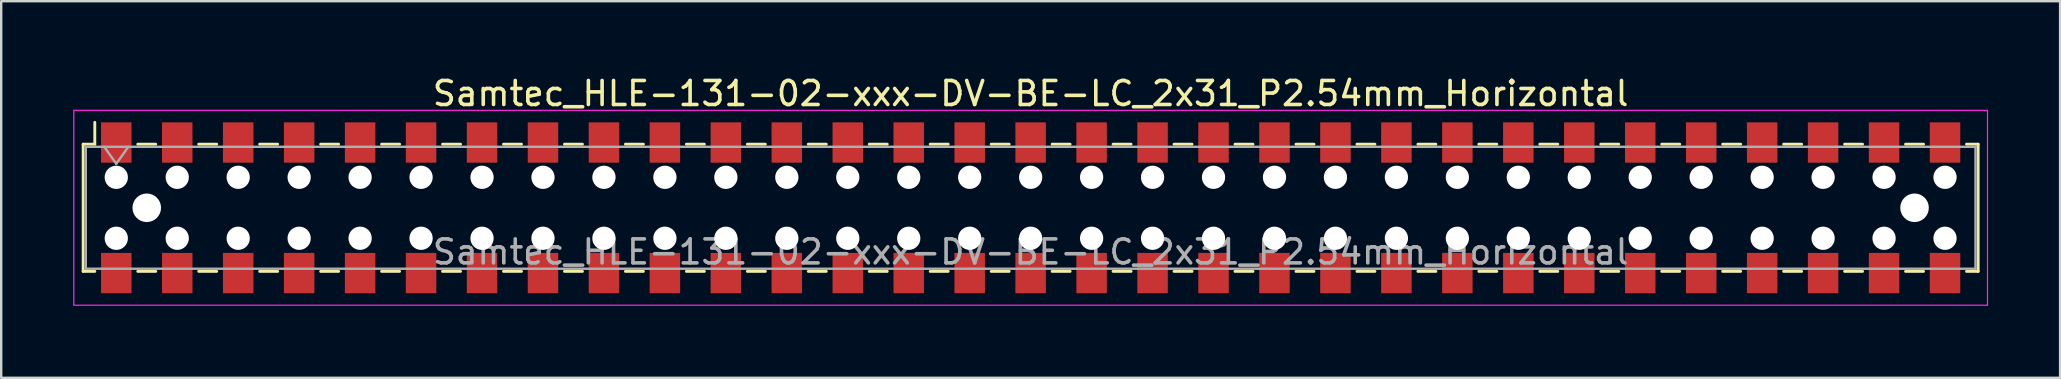
<source format=kicad_pcb>
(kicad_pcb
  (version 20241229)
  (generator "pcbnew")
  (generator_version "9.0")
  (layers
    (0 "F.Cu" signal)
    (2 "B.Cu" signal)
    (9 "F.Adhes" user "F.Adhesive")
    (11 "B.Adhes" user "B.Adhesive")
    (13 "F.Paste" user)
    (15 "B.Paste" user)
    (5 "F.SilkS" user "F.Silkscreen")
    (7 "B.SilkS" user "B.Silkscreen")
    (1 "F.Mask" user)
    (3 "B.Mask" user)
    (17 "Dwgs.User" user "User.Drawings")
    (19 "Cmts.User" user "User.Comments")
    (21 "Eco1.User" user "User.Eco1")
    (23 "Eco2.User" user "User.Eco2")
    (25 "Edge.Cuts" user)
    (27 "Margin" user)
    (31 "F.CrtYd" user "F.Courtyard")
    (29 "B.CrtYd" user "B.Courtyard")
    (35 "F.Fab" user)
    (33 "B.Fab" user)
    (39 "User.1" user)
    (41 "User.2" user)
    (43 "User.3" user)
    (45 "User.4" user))
  (footprint "Samtec_HLE-131-02-xxx-DV-BE-LC_2x31_P2.54mm_Horizontal"
    (layer "F.Cu")
    (at 39.895 5.608)
    (property "Reference" "Samtec_HLE-131-02-xxx-DV-BE-LC_2x31_P2.54mm_Horizontal" (at 0 -4.76 0) (layer "F.SilkS") (effects (font (size 1 1) (thickness 0.15))))
    (attr smd)
    (fp_line (start -39.48 -2.65) (end -39.48 2.65) (stroke (width 0.12) (type solid)) (layer "F.SilkS"))
    (fp_line (start -39.48 2.65) (end -38.995 2.65) (stroke (width 0.12) (type solid)) (layer "F.SilkS"))
    (fp_line (start -38.995 -3.56) (end -38.995 -2.65) (stroke (width 0.12) (type solid)) (layer "F.SilkS"))
    (fp_line (start -38.995 -2.65) (end -39.48 -2.65) (stroke (width 0.12) (type solid)) (layer "F.SilkS"))
    (fp_line (start -37.205 -2.65) (end -36.455 -2.65) (stroke (width 0.12) (type solid)) (layer "F.SilkS"))
    (fp_line (start -37.205 2.65) (end -36.455 2.65) (stroke (width 0.12) (type solid)) (layer "F.SilkS"))
    (fp_line (start -34.665 -2.65) (end -33.915 -2.65) (stroke (width 0.12) (type solid)) (layer "F.SilkS"))
    (fp_line (start -34.665 2.65) (end -33.915 2.65) (stroke (width 0.12) (type solid)) (layer "F.SilkS"))
    (fp_line (start -32.125 -2.65) (end -31.375 -2.65) (stroke (width 0.12) (type solid)) (layer "F.SilkS"))
    (fp_line (start -32.125 2.65) (end -31.375 2.65) (stroke (width 0.12) (type solid)) (layer "F.SilkS"))
    (fp_line (start -29.585 -2.65) (end -28.835 -2.65) (stroke (width 0.12) (type solid)) (layer "F.SilkS"))
    (fp_line (start -29.585 2.65) (end -28.835 2.65) (stroke (width 0.12) (type solid)) (layer "F.SilkS"))
    (fp_line (start -27.045 -2.65) (end -26.295 -2.65) (stroke (width 0.12) (type solid)) (layer "F.SilkS"))
    (fp_line (start -27.045 2.65) (end -26.295 2.65) (stroke (width 0.12) (type solid)) (layer "F.SilkS"))
    (fp_line (start -24.505 -2.65) (end -23.755 -2.65) (stroke (width 0.12) (type solid)) (layer "F.SilkS"))
    (fp_line (start -24.505 2.65) (end -23.755 2.65) (stroke (width 0.12) (type solid)) (layer "F.SilkS"))
    (fp_line (start -21.965 -2.65) (end -21.215 -2.65) (stroke (width 0.12) (type solid)) (layer "F.SilkS"))
    (fp_line (start -21.965 2.65) (end -21.215 2.65) (stroke (width 0.12) (type solid)) (layer "F.SilkS"))
    (fp_line (start -19.425 -2.65) (end -18.675 -2.65) (stroke (width 0.12) (type solid)) (layer "F.SilkS"))
    (fp_line (start -19.425 2.65) (end -18.675 2.65) (stroke (width 0.12) (type solid)) (layer "F.SilkS"))
    (fp_line (start -16.885 -2.65) (end -16.135 -2.65) (stroke (width 0.12) (type solid)) (layer "F.SilkS"))
    (fp_line (start -16.885 2.65) (end -16.135 2.65) (stroke (width 0.12) (type solid)) (layer "F.SilkS"))
    (fp_line (start -14.345 -2.65) (end -13.595 -2.65) (stroke (width 0.12) (type solid)) (layer "F.SilkS"))
    (fp_line (start -14.345 2.65) (end -13.595 2.65) (stroke (width 0.12) (type solid)) (layer "F.SilkS"))
    (fp_line (start -11.805 -2.65) (end -11.055 -2.65) (stroke (width 0.12) (type solid)) (layer "F.SilkS"))
    (fp_line (start -11.805 2.65) (end -11.055 2.65) (stroke (width 0.12) (type solid)) (layer "F.SilkS"))
    (fp_line (start -9.265 -2.65) (end -8.515 -2.65) (stroke (width 0.12) (type solid)) (layer "F.SilkS"))
    (fp_line (start -9.265 2.65) (end -8.515 2.65) (stroke (width 0.12) (type solid)) (layer "F.SilkS"))
    (fp_line (start -6.725 -2.65) (end -5.975 -2.65) (stroke (width 0.12) (type solid)) (layer "F.SilkS"))
    (fp_line (start -6.725 2.65) (end -5.975 2.65) (stroke (width 0.12) (type solid)) (layer "F.SilkS"))
    (fp_line (start -4.185 -2.65) (end -3.435 -2.65) (stroke (width 0.12) (type solid)) (layer "F.SilkS"))
    (fp_line (start -4.185 2.65) (end -3.435 2.65) (stroke (width 0.12) (type solid)) (layer "F.SilkS"))
    (fp_line (start -1.645 -2.65) (end -0.895 -2.65) (stroke (width 0.12) (type solid)) (layer "F.SilkS"))
    (fp_line (start -1.645 2.65) (end -0.895 2.65) (stroke (width 0.12) (type solid)) (layer "F.SilkS"))
    (fp_line (start 0.895 -2.65) (end 1.645 -2.65) (stroke (width 0.12) (type solid)) (layer "F.SilkS"))
    (fp_line (start 0.895 2.65) (end 1.645 2.65) (stroke (width 0.12) (type solid)) (layer "F.SilkS"))
    (fp_line (start 3.435 -2.65) (end 4.185 -2.65) (stroke (width 0.12) (type solid)) (layer "F.SilkS"))
    (fp_line (start 3.435 2.65) (end 4.185 2.65) (stroke (width 0.12) (type solid)) (layer "F.SilkS"))
    (fp_line (start 5.975 -2.65) (end 6.725 -2.65) (stroke (width 0.12) (type solid)) (layer "F.SilkS"))
    (fp_line (start 5.975 2.65) (end 6.725 2.65) (stroke (width 0.12) (type solid)) (layer "F.SilkS"))
    (fp_line (start 8.515 -2.65) (end 9.265 -2.65) (stroke (width 0.12) (type solid)) (layer "F.SilkS"))
    (fp_line (start 8.515 2.65) (end 9.265 2.65) (stroke (width 0.12) (type solid)) (layer "F.SilkS"))
    (fp_line (start 11.055 -2.65) (end 11.805 -2.65) (stroke (width 0.12) (type solid)) (layer "F.SilkS"))
    (fp_line (start 11.055 2.65) (end 11.805 2.65) (stroke (width 0.12) (type solid)) (layer "F.SilkS"))
    (fp_line (start 13.595 -2.65) (end 14.345 -2.65) (stroke (width 0.12) (type solid)) (layer "F.SilkS"))
    (fp_line (start 13.595 2.65) (end 14.345 2.65) (stroke (width 0.12) (type solid)) (layer "F.SilkS"))
    (fp_line (start 16.135 -2.65) (end 16.885 -2.65) (stroke (width 0.12) (type solid)) (layer "F.SilkS"))
    (fp_line (start 16.135 2.65) (end 16.885 2.65) (stroke (width 0.12) (type solid)) (layer "F.SilkS"))
    (fp_line (start 18.675 -2.65) (end 19.425 -2.65) (stroke (width 0.12) (type solid)) (layer "F.SilkS"))
    (fp_line (start 18.675 2.65) (end 19.425 2.65) (stroke (width 0.12) (type solid)) (layer "F.SilkS"))
    (fp_line (start 21.215 -2.65) (end 21.965 -2.65) (stroke (width 0.12) (type solid)) (layer "F.SilkS"))
    (fp_line (start 21.215 2.65) (end 21.965 2.65) (stroke (width 0.12) (type solid)) (layer "F.SilkS"))
    (fp_line (start 23.755 -2.65) (end 24.505 -2.65) (stroke (width 0.12) (type solid)) (layer "F.SilkS"))
    (fp_line (start 23.755 2.65) (end 24.505 2.65) (stroke (width 0.12) (type solid)) (layer "F.SilkS"))
    (fp_line (start 26.295 -2.65) (end 27.045 -2.65) (stroke (width 0.12) (type solid)) (layer "F.SilkS"))
    (fp_line (start 26.295 2.65) (end 27.045 2.65) (stroke (width 0.12) (type solid)) (layer "F.SilkS"))
    (fp_line (start 28.835 -2.65) (end 29.585 -2.65) (stroke (width 0.12) (type solid)) (layer "F.SilkS"))
    (fp_line (start 28.835 2.65) (end 29.585 2.65) (stroke (width 0.12) (type solid)) (layer "F.SilkS"))
    (fp_line (start 31.375 -2.65) (end 32.125 -2.65) (stroke (width 0.12) (type solid)) (layer "F.SilkS"))
    (fp_line (start 31.375 2.65) (end 32.125 2.65) (stroke (width 0.12) (type solid)) (layer "F.SilkS"))
    (fp_line (start 33.915 -2.65) (end 34.665 -2.65) (stroke (width 0.12) (type solid)) (layer "F.SilkS"))
    (fp_line (start 33.915 2.65) (end 34.665 2.65) (stroke (width 0.12) (type solid)) (layer "F.SilkS"))
    (fp_line (start 36.455 -2.65) (end 37.205 -2.65) (stroke (width 0.12) (type solid)) (layer "F.SilkS"))
    (fp_line (start 36.455 2.65) (end 37.205 2.65) (stroke (width 0.12) (type solid)) (layer "F.SilkS"))
    (fp_line (start 38.995 -2.65) (end 39.48 -2.65) (stroke (width 0.12) (type solid)) (layer "F.SilkS"))
    (fp_line (start 39.48 -2.65) (end 39.48 2.65) (stroke (width 0.12) (type solid)) (layer "F.SilkS"))
    (fp_line (start 39.48 2.65) (end 38.995 2.65) (stroke (width 0.12) (type solid)) (layer "F.SilkS"))
    (fp_line (start -39.87 -4.06) (end 39.87 -4.06) (stroke (width 0.05) (type solid)) (layer "F.CrtYd"))
    (fp_line (start -39.87 4.06) (end -39.87 -4.06) (stroke (width 0.05) (type solid)) (layer "F.CrtYd"))
    (fp_line (start 39.87 -4.06) (end 39.87 4.06) (stroke (width 0.05) (type solid)) (layer "F.CrtYd"))
    (fp_line (start 39.87 4.06) (end -39.87 4.06) (stroke (width 0.05) (type solid)) (layer "F.CrtYd"))
    (fp_line (start -39.37 -2.54) (end 39.37 -2.54) (stroke (width 0.1) (type solid)) (layer "F.Fab"))
    (fp_line (start -39.37 2.54) (end -39.37 -2.54) (stroke (width 0.1) (type solid)) (layer "F.Fab"))
    (fp_line (start -38.6 -2.54) (end -38.1 -1.833) (stroke (width 0.1) (type solid)) (layer "F.Fab"))
    (fp_line (start -38.1 -1.833) (end -37.6 -2.54) (stroke (width 0.1) (type solid)) (layer "F.Fab"))
    (fp_line (start 39.37 -2.54) (end 39.37 2.54) (stroke (width 0.1) (type solid)) (layer "F.Fab"))
    (fp_line (start 39.37 2.54) (end -39.37 2.54) (stroke (width 0.1) (type solid)) (layer "F.Fab"))
    (fp_text user "${REFERENCE}" (at 0 1.84 0) (layer "F.Fab") (effects (font (size 1 1) (thickness 0.15))))
    (pad "" np_thru_hole circle (at -38.1 -1.27) (size 0.97 0.97) (drill 0.97) (layers "*.Cu" "*.Mask"))
    (pad "" np_thru_hole circle (at -38.1 1.27) (size 0.97 0.97) (drill 0.97) (layers "*.Cu" "*.Mask"))
    (pad "" np_thru_hole circle (at -36.83 0) (size 1.19 1.19) (drill 1.19) (layers "*.Cu" "*.Mask"))
    (pad "" np_thru_hole circle (at -35.56 -1.27) (size 0.97 0.97) (drill 0.97) (layers "*.Cu" "*.Mask"))
    (pad "" np_thru_hole circle (at -35.56 1.27) (size 0.97 0.97) (drill 0.97) (layers "*.Cu" "*.Mask"))
    (pad "" np_thru_hole circle (at -33.02 -1.27) (size 0.97 0.97) (drill 0.97) (layers "*.Cu" "*.Mask"))
    (pad "" np_thru_hole circle (at -33.02 1.27) (size 0.97 0.97) (drill 0.97) (layers "*.Cu" "*.Mask"))
    (pad "" np_thru_hole circle (at -30.48 -1.27) (size 0.97 0.97) (drill 0.97) (layers "*.Cu" "*.Mask"))
    (pad "" np_thru_hole circle (at -30.48 1.27) (size 0.97 0.97) (drill 0.97) (layers "*.Cu" "*.Mask"))
    (pad "" np_thru_hole circle (at -27.94 -1.27) (size 0.97 0.97) (drill 0.97) (layers "*.Cu" "*.Mask"))
    (pad "" np_thru_hole circle (at -27.94 1.27) (size 0.97 0.97) (drill 0.97) (layers "*.Cu" "*.Mask"))
    (pad "" np_thru_hole circle (at -25.4 -1.27) (size 0.97 0.97) (drill 0.97) (layers "*.Cu" "*.Mask"))
    (pad "" np_thru_hole circle (at -25.4 1.27) (size 0.97 0.97) (drill 0.97) (layers "*.Cu" "*.Mask"))
    (pad "" np_thru_hole circle (at -22.86 -1.27) (size 0.97 0.97) (drill 0.97) (layers "*.Cu" "*.Mask"))
    (pad "" np_thru_hole circle (at -22.86 1.27) (size 0.97 0.97) (drill 0.97) (layers "*.Cu" "*.Mask"))
    (pad "" np_thru_hole circle (at -20.32 -1.27) (size 0.97 0.97) (drill 0.97) (layers "*.Cu" "*.Mask"))
    (pad "" np_thru_hole circle (at -20.32 1.27) (size 0.97 0.97) (drill 0.97) (layers "*.Cu" "*.Mask"))
    (pad "" np_thru_hole circle (at -17.78 -1.27) (size 0.97 0.97) (drill 0.97) (layers "*.Cu" "*.Mask"))
    (pad "" np_thru_hole circle (at -17.78 1.27) (size 0.97 0.97) (drill 0.97) (layers "*.Cu" "*.Mask"))
    (pad "" np_thru_hole circle (at -15.24 -1.27) (size 0.97 0.97) (drill 0.97) (layers "*.Cu" "*.Mask"))
    (pad "" np_thru_hole circle (at -15.24 1.27) (size 0.97 0.97) (drill 0.97) (layers "*.Cu" "*.Mask"))
    (pad "" np_thru_hole circle (at -12.7 -1.27) (size 0.97 0.97) (drill 0.97) (layers "*.Cu" "*.Mask"))
    (pad "" np_thru_hole circle (at -12.7 1.27) (size 0.97 0.97) (drill 0.97) (layers "*.Cu" "*.Mask"))
    (pad "" np_thru_hole circle (at -10.16 -1.27) (size 0.97 0.97) (drill 0.97) (layers "*.Cu" "*.Mask"))
    (pad "" np_thru_hole circle (at -10.16 1.27) (size 0.97 0.97) (drill 0.97) (layers "*.Cu" "*.Mask"))
    (pad "" np_thru_hole circle (at -7.62 -1.27) (size 0.97 0.97) (drill 0.97) (layers "*.Cu" "*.Mask"))
    (pad "" np_thru_hole circle (at -7.62 1.27) (size 0.97 0.97) (drill 0.97) (layers "*.Cu" "*.Mask"))
    (pad "" np_thru_hole circle (at -5.08 -1.27) (size 0.97 0.97) (drill 0.97) (layers "*.Cu" "*.Mask"))
    (pad "" np_thru_hole circle (at -5.08 1.27) (size 0.97 0.97) (drill 0.97) (layers "*.Cu" "*.Mask"))
    (pad "" np_thru_hole circle (at -2.54 -1.27) (size 0.97 0.97) (drill 0.97) (layers "*.Cu" "*.Mask"))
    (pad "" np_thru_hole circle (at -2.54 1.27) (size 0.97 0.97) (drill 0.97) (layers "*.Cu" "*.Mask"))
    (pad "" np_thru_hole circle (at 0 -1.27) (size 0.97 0.97) (drill 0.97) (layers "*.Cu" "*.Mask"))
    (pad "" np_thru_hole circle (at 0 1.27) (size 0.97 0.97) (drill 0.97) (layers "*.Cu" "*.Mask"))
    (pad "" np_thru_hole circle (at 2.54 -1.27) (size 0.97 0.97) (drill 0.97) (layers "*.Cu" "*.Mask"))
    (pad "" np_thru_hole circle (at 2.54 1.27) (size 0.97 0.97) (drill 0.97) (layers "*.Cu" "*.Mask"))
    (pad "" np_thru_hole circle (at 5.08 -1.27) (size 0.97 0.97) (drill 0.97) (layers "*.Cu" "*.Mask"))
    (pad "" np_thru_hole circle (at 5.08 1.27) (size 0.97 0.97) (drill 0.97) (layers "*.Cu" "*.Mask"))
    (pad "" np_thru_hole circle (at 7.62 -1.27) (size 0.97 0.97) (drill 0.97) (layers "*.Cu" "*.Mask"))
    (pad "" np_thru_hole circle (at 7.62 1.27) (size 0.97 0.97) (drill 0.97) (layers "*.Cu" "*.Mask"))
    (pad "" np_thru_hole circle (at 10.16 -1.27) (size 0.97 0.97) (drill 0.97) (layers "*.Cu" "*.Mask"))
    (pad "" np_thru_hole circle (at 10.16 1.27) (size 0.97 0.97) (drill 0.97) (layers "*.Cu" "*.Mask"))
    (pad "" np_thru_hole circle (at 12.7 -1.27) (size 0.97 0.97) (drill 0.97) (layers "*.Cu" "*.Mask"))
    (pad "" np_thru_hole circle (at 12.7 1.27) (size 0.97 0.97) (drill 0.97) (layers "*.Cu" "*.Mask"))
    (pad "" np_thru_hole circle (at 15.24 -1.27) (size 0.97 0.97) (drill 0.97) (layers "*.Cu" "*.Mask"))
    (pad "" np_thru_hole circle (at 15.24 1.27) (size 0.97 0.97) (drill 0.97) (layers "*.Cu" "*.Mask"))
    (pad "" np_thru_hole circle (at 17.78 -1.27) (size 0.97 0.97) (drill 0.97) (layers "*.Cu" "*.Mask"))
    (pad "" np_thru_hole circle (at 17.78 1.27) (size 0.97 0.97) (drill 0.97) (layers "*.Cu" "*.Mask"))
    (pad "" np_thru_hole circle (at 20.32 -1.27) (size 0.97 0.97) (drill 0.97) (layers "*.Cu" "*.Mask"))
    (pad "" np_thru_hole circle (at 20.32 1.27) (size 0.97 0.97) (drill 0.97) (layers "*.Cu" "*.Mask"))
    (pad "" np_thru_hole circle (at 22.86 -1.27) (size 0.97 0.97) (drill 0.97) (layers "*.Cu" "*.Mask"))
    (pad "" np_thru_hole circle (at 22.86 1.27) (size 0.97 0.97) (drill 0.97) (layers "*.Cu" "*.Mask"))
    (pad "" np_thru_hole circle (at 25.4 -1.27) (size 0.97 0.97) (drill 0.97) (layers "*.Cu" "*.Mask"))
    (pad "" np_thru_hole circle (at 25.4 1.27) (size 0.97 0.97) (drill 0.97) (layers "*.Cu" "*.Mask"))
    (pad "" np_thru_hole circle (at 27.94 -1.27) (size 0.97 0.97) (drill 0.97) (layers "*.Cu" "*.Mask"))
    (pad "" np_thru_hole circle (at 27.94 1.27) (size 0.97 0.97) (drill 0.97) (layers "*.Cu" "*.Mask"))
    (pad "" np_thru_hole circle (at 30.48 -1.27) (size 0.97 0.97) (drill 0.97) (layers "*.Cu" "*.Mask"))
    (pad "" np_thru_hole circle (at 30.48 1.27) (size 0.97 0.97) (drill 0.97) (layers "*.Cu" "*.Mask"))
    (pad "" np_thru_hole circle (at 33.02 -1.27) (size 0.97 0.97) (drill 0.97) (layers "*.Cu" "*.Mask"))
    (pad "" np_thru_hole circle (at 33.02 1.27) (size 0.97 0.97) (drill 0.97) (layers "*.Cu" "*.Mask"))
    (pad "" np_thru_hole circle (at 35.56 -1.27) (size 0.97 0.97) (drill 0.97) (layers "*.Cu" "*.Mask"))
    (pad "" np_thru_hole circle (at 35.56 1.27) (size 0.97 0.97) (drill 0.97) (layers "*.Cu" "*.Mask"))
    (pad "" np_thru_hole circle (at 36.83 0) (size 1.19 1.19) (drill 1.19) (layers "*.Cu" "*.Mask"))
    (pad "" np_thru_hole circle (at 38.1 -1.27) (size 0.97 0.97) (drill 0.97) (layers "*.Cu" "*.Mask"))
    (pad "" np_thru_hole circle (at 38.1 1.27) (size 0.97 0.97) (drill 0.97) (layers "*.Cu" "*.Mask"))
    (pad "1" smd rect (at -38.1 -2.72) (size 1.27 1.68) (layers "F.Cu" "F.Mask" "F.Paste"))
    (pad "2" smd rect (at -38.1 2.72) (size 1.27 1.68) (layers "F.Cu" "F.Mask" "F.Paste"))
    (pad "3" smd rect (at -35.56 -2.72) (size 1.27 1.68) (layers "F.Cu" "F.Mask" "F.Paste"))
    (pad "4" smd rect (at -35.56 2.72) (size 1.27 1.68) (layers "F.Cu" "F.Mask" "F.Paste"))
    (pad "5" smd rect (at -33.02 -2.72) (size 1.27 1.68) (layers "F.Cu" "F.Mask" "F.Paste"))
    (pad "6" smd rect (at -33.02 2.72) (size 1.27 1.68) (layers "F.Cu" "F.Mask" "F.Paste"))
    (pad "7" smd rect (at -30.48 -2.72) (size 1.27 1.68) (layers "F.Cu" "F.Mask" "F.Paste"))
    (pad "8" smd rect (at -30.48 2.72) (size 1.27 1.68) (layers "F.Cu" "F.Mask" "F.Paste"))
    (pad "9" smd rect (at -27.94 -2.72) (size 1.27 1.68) (layers "F.Cu" "F.Mask" "F.Paste"))
    (pad "10" smd rect (at -27.94 2.72) (size 1.27 1.68) (layers "F.Cu" "F.Mask" "F.Paste"))
    (pad "11" smd rect (at -25.4 -2.72) (size 1.27 1.68) (layers "F.Cu" "F.Mask" "F.Paste"))
    (pad "12" smd rect (at -25.4 2.72) (size 1.27 1.68) (layers "F.Cu" "F.Mask" "F.Paste"))
    (pad "13" smd rect (at -22.86 -2.72) (size 1.27 1.68) (layers "F.Cu" "F.Mask" "F.Paste"))
    (pad "14" smd rect (at -22.86 2.72) (size 1.27 1.68) (layers "F.Cu" "F.Mask" "F.Paste"))
    (pad "15" smd rect (at -20.32 -2.72) (size 1.27 1.68) (layers "F.Cu" "F.Mask" "F.Paste"))
    (pad "16" smd rect (at -20.32 2.72) (size 1.27 1.68) (layers "F.Cu" "F.Mask" "F.Paste"))
    (pad "17" smd rect (at -17.78 -2.72) (size 1.27 1.68) (layers "F.Cu" "F.Mask" "F.Paste"))
    (pad "18" smd rect (at -17.78 2.72) (size 1.27 1.68) (layers "F.Cu" "F.Mask" "F.Paste"))
    (pad "19" smd rect (at -15.24 -2.72) (size 1.27 1.68) (layers "F.Cu" "F.Mask" "F.Paste"))
    (pad "20" smd rect (at -15.24 2.72) (size 1.27 1.68) (layers "F.Cu" "F.Mask" "F.Paste"))
    (pad "21" smd rect (at -12.7 -2.72) (size 1.27 1.68) (layers "F.Cu" "F.Mask" "F.Paste"))
    (pad "22" smd rect (at -12.7 2.72) (size 1.27 1.68) (layers "F.Cu" "F.Mask" "F.Paste"))
    (pad "23" smd rect (at -10.16 -2.72) (size 1.27 1.68) (layers "F.Cu" "F.Mask" "F.Paste"))
    (pad "24" smd rect (at -10.16 2.72) (size 1.27 1.68) (layers "F.Cu" "F.Mask" "F.Paste"))
    (pad "25" smd rect (at -7.62 -2.72) (size 1.27 1.68) (layers "F.Cu" "F.Mask" "F.Paste"))
    (pad "26" smd rect (at -7.62 2.72) (size 1.27 1.68) (layers "F.Cu" "F.Mask" "F.Paste"))
    (pad "27" smd rect (at -5.08 -2.72) (size 1.27 1.68) (layers "F.Cu" "F.Mask" "F.Paste"))
    (pad "28" smd rect (at -5.08 2.72) (size 1.27 1.68) (layers "F.Cu" "F.Mask" "F.Paste"))
    (pad "29" smd rect (at -2.54 -2.72) (size 1.27 1.68) (layers "F.Cu" "F.Mask" "F.Paste"))
    (pad "30" smd rect (at -2.54 2.72) (size 1.27 1.68) (layers "F.Cu" "F.Mask" "F.Paste"))
    (pad "31" smd rect (at 0 -2.72) (size 1.27 1.68) (layers "F.Cu" "F.Mask" "F.Paste"))
    (pad "32" smd rect (at 0 2.72) (size 1.27 1.68) (layers "F.Cu" "F.Mask" "F.Paste"))
    (pad "33" smd rect (at 2.54 -2.72) (size 1.27 1.68) (layers "F.Cu" "F.Mask" "F.Paste"))
    (pad "34" smd rect (at 2.54 2.72) (size 1.27 1.68) (layers "F.Cu" "F.Mask" "F.Paste"))
    (pad "35" smd rect (at 5.08 -2.72) (size 1.27 1.68) (layers "F.Cu" "F.Mask" "F.Paste"))
    (pad "36" smd rect (at 5.08 2.72) (size 1.27 1.68) (layers "F.Cu" "F.Mask" "F.Paste"))
    (pad "37" smd rect (at 7.62 -2.72) (size 1.27 1.68) (layers "F.Cu" "F.Mask" "F.Paste"))
    (pad "38" smd rect (at 7.62 2.72) (size 1.27 1.68) (layers "F.Cu" "F.Mask" "F.Paste"))
    (pad "39" smd rect (at 10.16 -2.72) (size 1.27 1.68) (layers "F.Cu" "F.Mask" "F.Paste"))
    (pad "40" smd rect (at 10.16 2.72) (size 1.27 1.68) (layers "F.Cu" "F.Mask" "F.Paste"))
    (pad "41" smd rect (at 12.7 -2.72) (size 1.27 1.68) (layers "F.Cu" "F.Mask" "F.Paste"))
    (pad "42" smd rect (at 12.7 2.72) (size 1.27 1.68) (layers "F.Cu" "F.Mask" "F.Paste"))
    (pad "43" smd rect (at 15.24 -2.72) (size 1.27 1.68) (layers "F.Cu" "F.Mask" "F.Paste"))
    (pad "44" smd rect (at 15.24 2.72) (size 1.27 1.68) (layers "F.Cu" "F.Mask" "F.Paste"))
    (pad "45" smd rect (at 17.78 -2.72) (size 1.27 1.68) (layers "F.Cu" "F.Mask" "F.Paste"))
    (pad "46" smd rect (at 17.78 2.72) (size 1.27 1.68) (layers "F.Cu" "F.Mask" "F.Paste"))
    (pad "47" smd rect (at 20.32 -2.72) (size 1.27 1.68) (layers "F.Cu" "F.Mask" "F.Paste"))
    (pad "48" smd rect (at 20.32 2.72) (size 1.27 1.68) (layers "F.Cu" "F.Mask" "F.Paste"))
    (pad "49" smd rect (at 22.86 -2.72) (size 1.27 1.68) (layers "F.Cu" "F.Mask" "F.Paste"))
    (pad "50" smd rect (at 22.86 2.72) (size 1.27 1.68) (layers "F.Cu" "F.Mask" "F.Paste"))
    (pad "51" smd rect (at 25.4 -2.72) (size 1.27 1.68) (layers "F.Cu" "F.Mask" "F.Paste"))
    (pad "52" smd rect (at 25.4 2.72) (size 1.27 1.68) (layers "F.Cu" "F.Mask" "F.Paste"))
    (pad "53" smd rect (at 27.94 -2.72) (size 1.27 1.68) (layers "F.Cu" "F.Mask" "F.Paste"))
    (pad "54" smd rect (at 27.94 2.72) (size 1.27 1.68) (layers "F.Cu" "F.Mask" "F.Paste"))
    (pad "55" smd rect (at 30.48 -2.72) (size 1.27 1.68) (layers "F.Cu" "F.Mask" "F.Paste"))
    (pad "56" smd rect (at 30.48 2.72) (size 1.27 1.68) (layers "F.Cu" "F.Mask" "F.Paste"))
    (pad "57" smd rect (at 33.02 -2.72) (size 1.27 1.68) (layers "F.Cu" "F.Mask" "F.Paste"))
    (pad "58" smd rect (at 33.02 2.72) (size 1.27 1.68) (layers "F.Cu" "F.Mask" "F.Paste"))
    (pad "59" smd rect (at 35.56 -2.72) (size 1.27 1.68) (layers "F.Cu" "F.Mask" "F.Paste"))
    (pad "60" smd rect (at 35.56 2.72) (size 1.27 1.68) (layers "F.Cu" "F.Mask" "F.Paste"))
    (pad "61" smd rect (at 38.1 -2.72) (size 1.27 1.68) (layers "F.Cu" "F.Mask" "F.Paste"))
    (pad "62" smd rect (at 38.1 2.72) (size 1.27 1.68) (layers "F.Cu" "F.Mask" "F.Paste")))
  (gr_rect
    (start -3 -3)
    (end 82.79 12.693)
    (stroke (width 0.1) (type default))
    (fill no)
    (layer "Edge.Cuts")))
</source>
